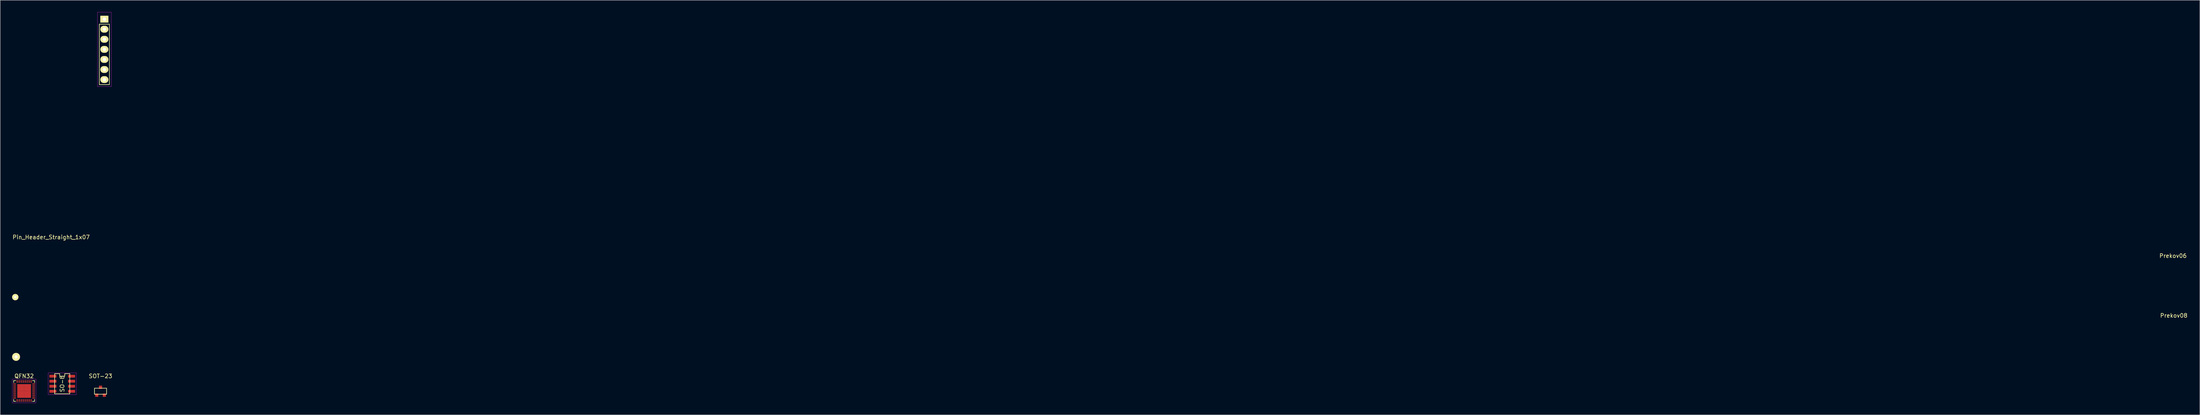
<source format=kicad_pcb>
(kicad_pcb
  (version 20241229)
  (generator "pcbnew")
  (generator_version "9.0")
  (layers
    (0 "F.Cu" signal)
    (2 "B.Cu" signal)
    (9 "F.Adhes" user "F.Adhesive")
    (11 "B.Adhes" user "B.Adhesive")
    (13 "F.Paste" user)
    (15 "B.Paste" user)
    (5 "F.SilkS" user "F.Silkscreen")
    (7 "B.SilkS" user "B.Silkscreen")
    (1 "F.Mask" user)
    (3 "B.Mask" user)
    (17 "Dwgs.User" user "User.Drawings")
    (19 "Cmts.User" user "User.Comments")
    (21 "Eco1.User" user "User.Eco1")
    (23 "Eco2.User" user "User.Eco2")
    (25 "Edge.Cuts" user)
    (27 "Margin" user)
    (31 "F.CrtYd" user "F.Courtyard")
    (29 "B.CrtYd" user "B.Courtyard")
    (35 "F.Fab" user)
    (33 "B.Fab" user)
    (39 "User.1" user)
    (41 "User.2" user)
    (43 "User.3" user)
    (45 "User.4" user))
  (footprint "Prekov06"
    (layer "F.Cu")
    (at 0.8 71.856)
    (property "Reference" "Prekov06" (at 543.56 -10.414 0) (layer "F.SilkS") (effects (font (size 1 1) (thickness 0.15))))
    (attr through_hole)
    (pad "1" thru_hole circle (at 0 0) (size 1.6 1.6) (drill 0.6) (layers "*.Cu" "*.Mask" "F.SilkS")))
  (footprint "QFN32"
    (layer "F.Cu")
    (at 3.025 95.516)
    (property "Reference" "QFN32" (at 0 -3.75 0) (layer "F.SilkS") (effects (font (size 1 1) (thickness 0.15))))
    (attr smd)
    (fp_line (start -2.625 -2.625) (end -2.625 -2.1) (stroke (width 0.15) (type solid)) (layer "F.SilkS"))
    (fp_line (start -2.625 -2.625) (end -2.1 -2.625) (stroke (width 0.15) (type solid)) (layer "F.SilkS"))
    (fp_line (start -2.625 2.625) (end -2.625 2.1) (stroke (width 0.15) (type solid)) (layer "F.SilkS"))
    (fp_line (start -2.625 2.625) (end -2.1 2.625) (stroke (width 0.15) (type solid)) (layer "F.SilkS"))
    (fp_line (start 2.625 -2.625) (end 2.1 -2.625) (stroke (width 0.15) (type solid)) (layer "F.SilkS"))
    (fp_line (start 2.625 -2.625) (end 2.625 -2.1) (stroke (width 0.15) (type solid)) (layer "F.SilkS"))
    (fp_line (start 2.625 2.625) (end 2.1 2.625) (stroke (width 0.15) (type solid)) (layer "F.SilkS"))
    (fp_line (start 2.625 2.625) (end 2.625 2.1) (stroke (width 0.15) (type solid)) (layer "F.SilkS"))
    (fp_line (start -3 -3) (end -3 3) (stroke (width 0.05) (type solid)) (layer "F.CrtYd"))
    (fp_line (start -3 -3) (end 3 -3) (stroke (width 0.05) (type solid)) (layer "F.CrtYd"))
    (fp_line (start -3 3) (end 3 3) (stroke (width 0.05) (type solid)) (layer "F.CrtYd"))
    (fp_line (start 3 -3) (end 3 3) (stroke (width 0.05) (type solid)) (layer "F.CrtYd"))
    (pad "1" smd rect (at -2.4 -1.75) (size 0.7 0.25) (layers "F.Cu" "F.Mask" "F.Paste"))
    (pad "2" smd rect (at -2.4 -1.25) (size 0.7 0.25) (layers "F.Cu" "F.Mask" "F.Paste"))
    (pad "3" smd rect (at -2.4 -0.75) (size 0.7 0.25) (layers "F.Cu" "F.Mask" "F.Paste"))
    (pad "4" smd rect (at -2.4 -0.25) (size 0.7 0.25) (layers "F.Cu" "F.Mask" "F.Paste"))
    (pad "5" smd rect (at -2.4 0.25) (size 0.7 0.25) (layers "F.Cu" "F.Mask" "F.Paste"))
    (pad "6" smd rect (at -2.4 0.75) (size 0.7 0.25) (layers "F.Cu" "F.Mask" "F.Paste"))
    (pad "7" smd rect (at -2.4 1.25) (size 0.7 0.25) (layers "F.Cu" "F.Mask" "F.Paste"))
    (pad "8" smd rect (at -2.4 1.75) (size 0.7 0.25) (layers "F.Cu" "F.Mask" "F.Paste"))
    (pad "9" smd rect (at -1.75 2.4 90) (size 0.7 0.25) (layers "F.Cu" "F.Mask" "F.Paste"))
    (pad "10" smd rect (at -1.25 2.4 90) (size 0.7 0.25) (layers "F.Cu" "F.Mask" "F.Paste"))
    (pad "11" smd rect (at -0.75 2.4 90) (size 0.7 0.25) (layers "F.Cu" "F.Mask" "F.Paste"))
    (pad "12" smd rect (at -0.25 2.4 90) (size 0.7 0.25) (layers "F.Cu" "F.Mask" "F.Paste"))
    (pad "13" smd rect (at 0.25 2.4 90) (size 0.7 0.25) (layers "F.Cu" "F.Mask" "F.Paste"))
    (pad "14" smd rect (at 0.75 2.4 90) (size 0.7 0.25) (layers "F.Cu" "F.Mask" "F.Paste"))
    (pad "15" smd rect (at 1.25 2.4 90) (size 0.7 0.25) (layers "F.Cu" "F.Mask" "F.Paste"))
    (pad "16" smd rect (at 1.75 2.4 90) (size 0.7 0.25) (layers "F.Cu" "F.Mask" "F.Paste"))
    (pad "17" smd rect (at 2.4 1.75) (size 0.7 0.25) (layers "F.Cu" "F.Mask" "F.Paste"))
    (pad "18" smd rect (at 2.4 1.25) (size 0.7 0.25) (layers "F.Cu" "F.Mask" "F.Paste"))
    (pad "19" smd rect (at 2.4 0.75) (size 0.7 0.25) (layers "F.Cu" "F.Mask" "F.Paste"))
    (pad "20" smd rect (at 2.4 0.25) (size 0.7 0.25) (layers "F.Cu" "F.Mask" "F.Paste"))
    (pad "21" smd rect (at 2.4 -0.25) (size 0.7 0.25) (layers "F.Cu" "F.Mask" "F.Paste"))
    (pad "22" smd rect (at 2.4 -0.75) (size 0.7 0.25) (layers "F.Cu" "F.Mask" "F.Paste"))
    (pad "23" smd rect (at 2.4 -1.25) (size 0.7 0.25) (layers "F.Cu" "F.Mask" "F.Paste"))
    (pad "24" smd rect (at 2.4 -1.75) (size 0.7 0.25) (layers "F.Cu" "F.Mask" "F.Paste"))
    (pad "25" smd rect (at 1.75 -2.4 90) (size 0.7 0.25) (layers "F.Cu" "F.Mask" "F.Paste"))
    (pad "26" smd rect (at 1.25 -2.4 90) (size 0.7 0.25) (layers "F.Cu" "F.Mask" "F.Paste"))
    (pad "27" smd rect (at 0.75 -2.4 90) (size 0.7 0.25) (layers "F.Cu" "F.Mask" "F.Paste"))
    (pad "28" smd rect (at 0.25 -2.4 90) (size 0.7 0.25) (layers "F.Cu" "F.Mask" "F.Paste"))
    (pad "29" smd rect (at -0.25 -2.4 90) (size 0.7 0.25) (layers "F.Cu" "F.Mask" "F.Paste"))
    (pad "30" smd rect (at -0.75 -2.4 90) (size 0.7 0.25) (layers "F.Cu" "F.Mask" "F.Paste"))
    (pad "31" smd rect (at -1.25 -2.4 90) (size 0.7 0.25) (layers "F.Cu" "F.Mask" "F.Paste"))
    (pad "32" smd rect (at -1.75 -2.4 90) (size 0.7 0.25) (layers "F.Cu" "F.Mask" "F.Paste"))
    (pad "33" smd rect (at -0.863 -0.863) (size 1.725 1.725) (layers "F.Cu" "F.Mask" "F.Paste"))
    (pad "33" smd rect (at -0.863 0.863) (size 1.725 1.725) (layers "F.Cu" "F.Mask" "F.Paste"))
    (pad "33" smd rect (at 0.863 -0.863) (size 1.725 1.725) (layers "F.Cu" "F.Mask" "F.Paste"))
    (pad "33" smd rect (at 0.863 0.863) (size 1.725 1.725) (layers "F.Cu" "F.Mask" "F.Paste")))
  (footprint "SO-8"
    (layer "F.Cu")
    (at 12.625 93.693)
    (property "Reference" "SO-8" (at 0 0 90) (layer "F.SilkS") (effects (font (size 1 1) (thickness 0.15))))
    (attr smd)
    (fp_line (start -1.905 -2.54) (end -1.905 2.54) (stroke (width 0.15) (type solid)) (layer "F.SilkS"))
    (fp_line (start -1.905 2.54) (end 1.905 2.54) (stroke (width 0.15) (type solid)) (layer "F.SilkS"))
    (fp_line (start -0.635 -2.54) (end -1.905 -2.54) (stroke (width 0.15) (type solid)) (layer "F.SilkS"))
    (fp_line (start -0.635 -1.905) (end -0.635 -2.54) (stroke (width 0.15) (type solid)) (layer "F.SilkS"))
    (fp_line (start 0.635 -2.54) (end 0.635 -1.905) (stroke (width 0.15) (type solid)) (layer "F.SilkS"))
    (fp_line (start 0.635 -1.905) (end -0.635 -1.905) (stroke (width 0.15) (type solid)) (layer "F.SilkS"))
    (fp_line (start 1.905 -2.54) (end 0.635 -2.54) (stroke (width 0.15) (type solid)) (layer "F.SilkS"))
    (fp_line (start 1.905 2.54) (end 1.905 -2.54) (stroke (width 0.15) (type solid)) (layer "F.SilkS"))
    (fp_line (start -3.55 -2.75) (end -3.55 2.75) (stroke (width 0.05) (type solid)) (layer "F.CrtYd"))
    (fp_line (start -3.55 -2.75) (end 3.55 -2.75) (stroke (width 0.05) (type solid)) (layer "F.CrtYd"))
    (fp_line (start -3.55 2.75) (end 3.55 2.75) (stroke (width 0.05) (type solid)) (layer "F.CrtYd"))
    (fp_line (start 3.55 -2.75) (end 3.55 2.75) (stroke (width 0.05) (type solid)) (layer "F.CrtYd"))
    (pad "1" smd rect (at -2.349 -1.905) (size 1.778 0.711) (layers "F.Cu" "F.Mask" "F.Paste"))
    (pad "2" smd rect (at -2.349 -0.635) (size 1.778 0.711) (layers "F.Cu" "F.Mask" "F.Paste"))
    (pad "3" smd rect (at -2.349 0.635) (size 1.778 0.711) (layers "F.Cu" "F.Mask" "F.Paste"))
    (pad "4" smd rect (at -2.349 1.905) (size 1.778 0.711) (layers "F.Cu" "F.Mask" "F.Paste"))
    (pad "5" smd rect (at 2.349 1.905) (size 1.778 0.711) (layers "F.Cu" "F.Mask" "F.Paste"))
    (pad "6" smd rect (at 2.349 0.635) (size 1.778 0.711) (layers "F.Cu" "F.Mask" "F.Paste"))
    (pad "7" smd rect (at 2.349 -0.635) (size 1.778 0.711) (layers "F.Cu" "F.Mask" "F.Paste"))
    (pad "8" smd rect (at 2.349 -1.905) (size 1.778 0.711) (layers "F.Cu" "F.Mask" "F.Paste")))
  (footprint "SOT-23"
    (layer "F.Cu")
    (at 22.277 95.576)
    (property "Reference" "SOT-23" (at 0 -3.81 0) (layer "F.SilkS") (effects (font (size 1 1) (thickness 0.15))))
    (attr smd)
    (fp_line (start -1.524 -0.762) (end -1.524 0.762) (stroke (width 0.15) (type solid)) (layer "F.SilkS"))
    (fp_line (start -1.524 0.762) (end 1.524 0.762) (stroke (width 0.15) (type solid)) (layer "F.SilkS"))
    (fp_line (start 1.524 -0.762) (end -1.524 -0.762) (stroke (width 0.15) (type solid)) (layer "F.SilkS"))
    (fp_line (start 1.524 0.762) (end 1.524 -0.762) (stroke (width 0.15) (type solid)) (layer "F.SilkS"))
    (pad "1" smd rect (at -0.95 1.001) (size 0.8 0.8) (layers "F.Cu" "F.Mask" "F.Paste"))
    (pad "2" smd rect (at 0.95 1.001) (size 0.8 0.8) (layers "F.Cu" "F.Mask" "F.Paste"))
    (pad "3" smd rect (at 0 -0.998) (size 0.8 0.8) (layers "F.Cu" "F.Mask" "F.Paste")))
  (footprint "Pin_Header_Straight_1x07"
    (layer "F.Cu")
    (at 23.239 1.775)
    (property "Reference" "Pin_Header_Straight_1x07" (at -13.4 54.97 0) (layer "F.SilkS") (effects (font (size 1 1) (thickness 0.15))))
    (attr through_hole)
    (fp_line (start -1.27 16.51) (end -1.27 1.27) (stroke (width 0.15) (type solid)) (layer "F.SilkS"))
    (fp_line (start 1.27 1.27) (end -1.27 1.27) (stroke (width 0.15) (type solid)) (layer "F.SilkS"))
    (fp_line (start 1.27 1.27) (end 1.27 16.51) (stroke (width 0.15) (type solid)) (layer "F.SilkS"))
    (fp_line (start 1.27 16.51) (end -1.27 16.51) (stroke (width 0.15) (type solid)) (layer "F.SilkS"))
    (fp_line (start -1.75 -1.75) (end -1.75 17) (stroke (width 0.05) (type solid)) (layer "F.CrtYd"))
    (fp_line (start -1.75 -1.75) (end 1.75 -1.75) (stroke (width 0.05) (type solid)) (layer "F.CrtYd"))
    (fp_line (start -1.75 17) (end 1.75 17) (stroke (width 0.05) (type solid)) (layer "F.CrtYd"))
    (fp_line (start 1.75 -1.75) (end 1.75 17) (stroke (width 0.05) (type solid)) (layer "F.CrtYd"))
    (pad "1" thru_hole rect (at 0 0) (size 2.032 1.727) (drill 0.85) (layers "*.Cu" "*.Mask" "F.SilkS"))
    (pad "2" thru_hole oval (at 0 2.54) (size 2.032 1.727) (drill 0.85) (layers "*.Cu" "*.Mask" "F.SilkS"))
    (pad "3" thru_hole oval (at 0 5.08) (size 2.032 1.727) (drill 0.85) (layers "*.Cu" "*.Mask" "F.SilkS"))
    (pad "4" thru_hole oval (at 0 7.62) (size 2.032 1.727) (drill 0.85) (layers "*.Cu" "*.Mask" "F.SilkS"))
    (pad "5" thru_hole oval (at 0 10.16) (size 2.032 1.727) (drill 0.85) (layers "*.Cu" "*.Mask" "F.SilkS"))
    (pad "6" thru_hole oval (at 0 12.7) (size 2.032 1.727) (drill 0.85) (layers "*.Cu" "*.Mask" "F.SilkS"))
    (pad "7" thru_hole oval (at 0 15.24) (size 2.032 1.727) (drill 0.85) (layers "*.Cu" "*.Mask" "F.SilkS")))
  (footprint "Prekov08"
    (layer "F.Cu")
    (at 1 86.918)
    (property "Reference" "Prekov08" (at 543.56 -10.414 0) (layer "F.SilkS") (effects (font (size 1 1) (thickness 0.15))))
    (attr through_hole)
    (pad "1" thru_hole circle (at 0 0) (size 2 2) (drill 0.8) (layers "*.Cu" "*.Mask" "F.SilkS")))
  (gr_rect
    (start -3 -3)
    (end 551.114 101.541)
    (stroke (width 0.1) (type default))
    (fill no)
    (layer "Edge.Cuts")))
</source>
